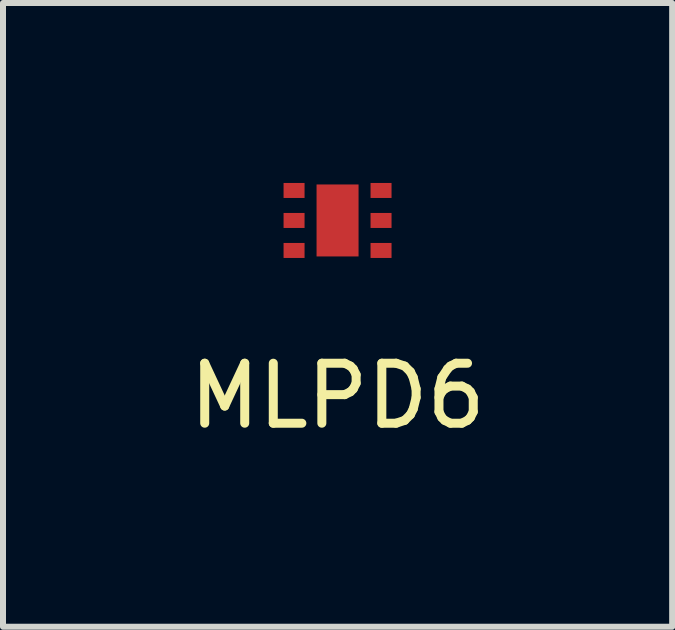
<source format=kicad_pcb>
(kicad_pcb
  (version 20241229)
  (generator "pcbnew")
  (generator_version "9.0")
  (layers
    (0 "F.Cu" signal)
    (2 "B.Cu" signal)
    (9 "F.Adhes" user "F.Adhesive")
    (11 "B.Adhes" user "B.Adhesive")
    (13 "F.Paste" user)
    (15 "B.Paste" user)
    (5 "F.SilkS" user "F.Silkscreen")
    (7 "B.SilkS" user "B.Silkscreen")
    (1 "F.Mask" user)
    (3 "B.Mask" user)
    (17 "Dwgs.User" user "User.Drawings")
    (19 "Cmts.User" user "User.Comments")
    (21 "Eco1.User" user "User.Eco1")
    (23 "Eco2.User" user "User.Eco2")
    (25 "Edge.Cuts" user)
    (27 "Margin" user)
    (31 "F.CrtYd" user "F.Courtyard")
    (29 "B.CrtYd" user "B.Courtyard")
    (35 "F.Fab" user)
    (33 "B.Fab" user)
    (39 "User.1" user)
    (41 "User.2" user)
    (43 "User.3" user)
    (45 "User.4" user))
  (footprint "MLPD6"
    (layer "F.Cu")
    (at 2.577 0.625)
    (property "Reference" "MLPD6" (at 0 2.925 0) (layer "F.SilkS") (effects (font (size 1 1) (thickness 0.15))))
    (attr smd)
    (pad "0" smd rect (at 0 0) (size 0.7 1.2) (layers "F.Cu" "F.Mask" "F.Paste"))
    (pad "1" smd rect (at -0.725 -0.5) (size 0.35 0.25) (layers "F.Cu" "F.Mask" "F.Paste"))
    (pad "2" smd rect (at -0.725 0) (size 0.35 0.25) (layers "F.Cu" "F.Mask" "F.Paste"))
    (pad "3" smd rect (at -0.725 0.5) (size 0.35 0.25) (layers "F.Cu" "F.Mask" "F.Paste"))
    (pad "4" smd rect (at 0.725 0.5) (size 0.35 0.25) (layers "F.Cu" "F.Mask" "F.Paste"))
    (pad "5" smd rect (at 0.725 0) (size 0.35 0.25) (layers "F.Cu" "F.Mask" "F.Paste"))
    (pad "6" smd rect (at 0.725 -0.5) (size 0.35 0.25) (layers "F.Cu" "F.Mask" "F.Paste")))
  (gr_rect
    (start -3 -3)
    (end 8.155 7.398)
    (stroke (width 0.1) (type default))
    (fill no)
    (layer "Edge.Cuts")))
</source>
